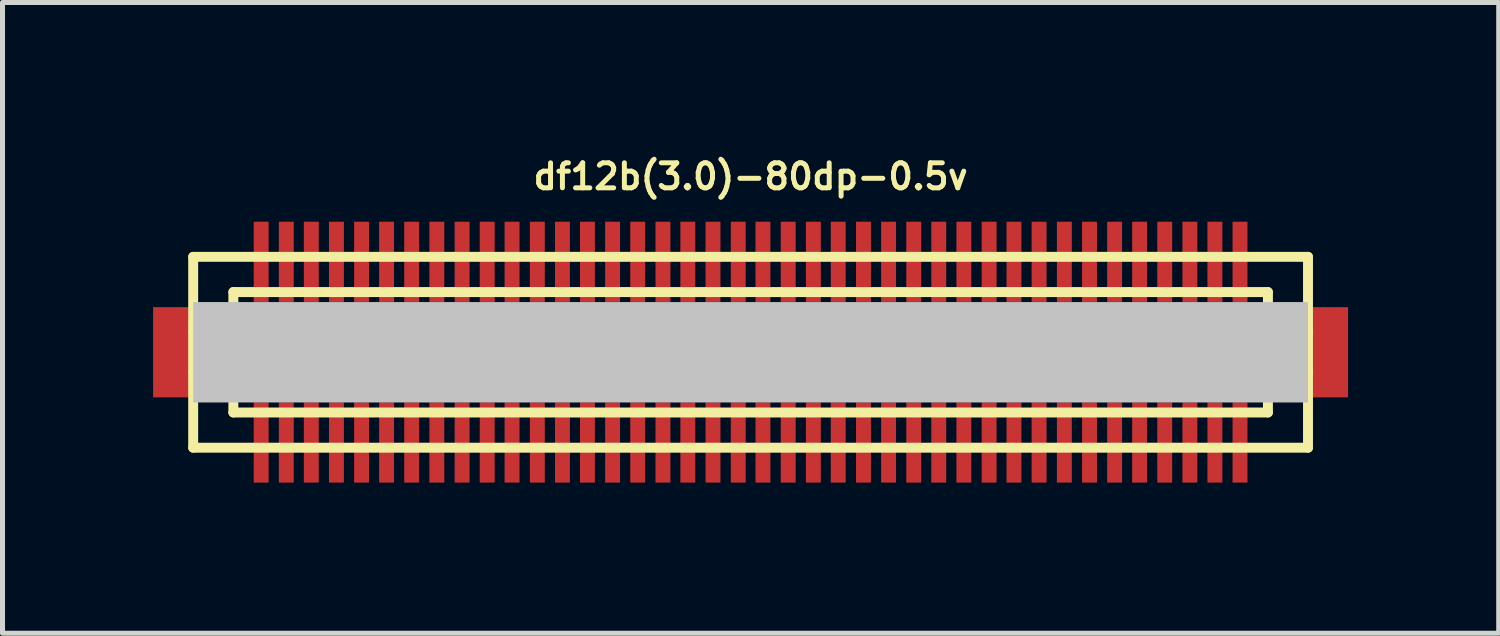
<source format=kicad_pcb>
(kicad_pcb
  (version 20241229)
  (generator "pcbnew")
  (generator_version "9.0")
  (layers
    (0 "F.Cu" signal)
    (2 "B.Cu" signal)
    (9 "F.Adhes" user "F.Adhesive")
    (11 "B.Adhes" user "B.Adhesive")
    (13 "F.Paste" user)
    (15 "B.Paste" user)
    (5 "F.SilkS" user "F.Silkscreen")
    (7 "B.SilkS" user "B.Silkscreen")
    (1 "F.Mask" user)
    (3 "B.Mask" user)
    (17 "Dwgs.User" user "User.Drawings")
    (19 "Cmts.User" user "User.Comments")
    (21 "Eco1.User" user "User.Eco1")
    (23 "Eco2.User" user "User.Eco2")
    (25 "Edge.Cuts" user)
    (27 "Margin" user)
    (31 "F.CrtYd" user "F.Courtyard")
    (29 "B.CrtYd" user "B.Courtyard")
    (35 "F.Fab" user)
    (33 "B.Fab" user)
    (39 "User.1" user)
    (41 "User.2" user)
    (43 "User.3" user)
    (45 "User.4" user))
  (footprint "df12b(3.0)-80dp-0.5v"
    (layer "F.Cu")
    (at 11.897 3.965)
    (property "Reference" "df12b(3.0)-80dp-0.5v" (at 0 -3.5 0) (layer "F.SilkS") (effects (font (size 0.498 0.498) (thickness 0.099))))
    (attr smd)
    (fp_line (start -11.1 -1.9) (end -11.1 1.9) (stroke (width 0.198) (type solid)) (layer "F.SilkS"))
    (fp_line (start -11.1 -1.9) (end 11.1 -1.9) (stroke (width 0.198) (type solid)) (layer "F.SilkS"))
    (fp_line (start -10.3 -0.399) (end -11.1 -0.399) (stroke (width 0.198) (type solid)) (layer "F.SilkS"))
    (fp_line (start -10.3 0.399) (end -11.1 0.399) (stroke (width 0.198) (type solid)) (layer "F.SilkS"))
    (fp_line (start -10.3 1.199) (end -10.3 -1.199) (stroke (width 0.198) (type solid)) (layer "F.SilkS"))
    (fp_line (start -10.3 1.199) (end 10.3 1.199) (stroke (width 0.198) (type solid)) (layer "F.SilkS"))
    (fp_line (start 10.3 -1.199) (end -10.3 -1.199) (stroke (width 0.198) (type solid)) (layer "F.SilkS"))
    (fp_line (start 10.302 -1.199) (end 10.302 1.199) (stroke (width 0.198) (type solid)) (layer "F.SilkS"))
    (fp_line (start 10.302 -0.399) (end 11.102 -0.399) (stroke (width 0.198) (type solid)) (layer "F.SilkS"))
    (fp_line (start 11.1 1.9) (end -11.1 1.9) (stroke (width 0.198) (type solid)) (layer "F.SilkS"))
    (fp_line (start 11.1 1.9) (end 11.1 -1.9) (stroke (width 0.198) (type solid)) (layer "F.SilkS"))
    (fp_line (start 11.102 0.399) (end 10.302 0.399) (stroke (width 0.198) (type solid)) (layer "F.SilkS"))
    (pad "" smd rect (at -11.499 0) (size 0.798 1.796) (layers "F.Cu" "F.Mask" "F.Paste"))
    (pad "" smd rect (at 0 0) (size 22.2 1.999) (layers "Dwgs.User"))
    (pad "" smd rect (at 11.499 0) (size 0.798 1.796) (layers "F.Cu" "F.Mask" "F.Paste"))
    (pad "1" smd rect (at 9.746 1.796) (size 0.297 1.598) (layers "F.Cu" "F.Mask" "F.Paste"))
    (pad "2" smd rect (at 9.246 1.796) (size 0.297 1.598) (layers "F.Cu" "F.Mask" "F.Paste"))
    (pad "3" smd rect (at 8.748 1.796) (size 0.297 1.598) (layers "F.Cu" "F.Mask" "F.Paste"))
    (pad "4" smd rect (at 8.247 1.796) (size 0.297 1.598) (layers "F.Cu" "F.Mask" "F.Paste"))
    (pad "5" smd rect (at 7.747 1.796) (size 0.297 1.598) (layers "F.Cu" "F.Mask" "F.Paste"))
    (pad "6" smd rect (at 7.249 1.796) (size 0.297 1.598) (layers "F.Cu" "F.Mask" "F.Paste"))
    (pad "7" smd rect (at 6.749 1.796) (size 0.297 1.598) (layers "F.Cu" "F.Mask" "F.Paste"))
    (pad "8" smd rect (at 6.248 1.796) (size 0.297 1.598) (layers "F.Cu" "F.Mask" "F.Paste"))
    (pad "9" smd rect (at 5.745 1.796) (size 0.297 1.598) (layers "F.Cu" "F.Mask" "F.Paste"))
    (pad "10" smd rect (at 5.245 1.796) (size 0.297 1.598) (layers "F.Cu" "F.Mask" "F.Paste"))
    (pad "11" smd rect (at 4.75 1.796) (size 0.297 1.598) (layers "F.Cu" "F.Mask" "F.Paste"))
    (pad "12" smd rect (at 4.247 1.796) (size 0.297 1.598) (layers "F.Cu" "F.Mask" "F.Paste"))
    (pad "13" smd rect (at 3.747 1.796) (size 0.297 1.598) (layers "F.Cu" "F.Mask" "F.Paste"))
    (pad "14" smd rect (at 3.249 1.796) (size 0.297 1.598) (layers "F.Cu" "F.Mask" "F.Paste"))
    (pad "15" smd rect (at 2.748 1.796) (size 0.297 1.598) (layers "F.Cu" "F.Mask" "F.Paste"))
    (pad "16" smd rect (at 2.248 1.796) (size 0.297 1.598) (layers "F.Cu" "F.Mask" "F.Paste"))
    (pad "17" smd rect (at 1.745 1.796) (size 0.297 1.598) (layers "F.Cu" "F.Mask" "F.Paste"))
    (pad "18" smd rect (at 1.25 1.796) (size 0.297 1.598) (layers "F.Cu" "F.Mask" "F.Paste"))
    (pad "19" smd rect (at 0.749 1.796) (size 0.297 1.598) (layers "F.Cu" "F.Mask" "F.Paste"))
    (pad "20" smd rect (at 0.246 1.796) (size 0.297 1.598) (layers "F.Cu" "F.Mask" "F.Paste"))
    (pad "21" smd rect (at -0.246 1.796) (size 0.297 1.598) (layers "F.Cu" "F.Mask" "F.Paste"))
    (pad "22" smd rect (at -0.749 1.796) (size 0.297 1.598) (layers "F.Cu" "F.Mask" "F.Paste"))
    (pad "23" smd rect (at -1.25 1.796) (size 0.297 1.598) (layers "F.Cu" "F.Mask" "F.Paste"))
    (pad "24" smd rect (at -1.745 1.796) (size 0.297 1.598) (layers "F.Cu" "F.Mask" "F.Paste"))
    (pad "25" smd rect (at -2.248 1.796) (size 0.297 1.598) (layers "F.Cu" "F.Mask" "F.Paste"))
    (pad "26" smd rect (at -2.748 1.796) (size 0.297 1.598) (layers "F.Cu" "F.Mask" "F.Paste"))
    (pad "27" smd rect (at -3.249 1.796) (size 0.297 1.598) (layers "F.Cu" "F.Mask" "F.Paste"))
    (pad "28" smd rect (at -3.747 1.796) (size 0.297 1.598) (layers "F.Cu" "F.Mask" "F.Paste"))
    (pad "29" smd rect (at -4.247 1.796) (size 0.297 1.598) (layers "F.Cu" "F.Mask" "F.Paste"))
    (pad "30" smd rect (at -4.75 1.796) (size 0.297 1.598) (layers "F.Cu" "F.Mask" "F.Paste"))
    (pad "31" smd rect (at -5.245 1.796) (size 0.297 1.598) (layers "F.Cu" "F.Mask" "F.Paste"))
    (pad "32" smd rect (at -5.745 1.796) (size 0.297 1.598) (layers "F.Cu" "F.Mask" "F.Paste"))
    (pad "33" smd rect (at -6.248 1.796) (size 0.297 1.598) (layers "F.Cu" "F.Mask" "F.Paste"))
    (pad "34" smd rect (at -6.749 1.796) (size 0.297 1.598) (layers "F.Cu" "F.Mask" "F.Paste"))
    (pad "35" smd rect (at -7.249 1.796) (size 0.297 1.598) (layers "F.Cu" "F.Mask" "F.Paste"))
    (pad "36" smd rect (at -7.747 1.796) (size 0.297 1.598) (layers "F.Cu" "F.Mask" "F.Paste"))
    (pad "37" smd rect (at -8.247 1.796) (size 0.297 1.598) (layers "F.Cu" "F.Mask" "F.Paste"))
    (pad "38" smd rect (at -8.748 1.796) (size 0.297 1.598) (layers "F.Cu" "F.Mask" "F.Paste"))
    (pad "39" smd rect (at -9.246 1.796) (size 0.297 1.598) (layers "F.Cu" "F.Mask" "F.Paste"))
    (pad "40" smd rect (at -9.746 1.796) (size 0.297 1.598) (layers "F.Cu" "F.Mask" "F.Paste"))
    (pad "41" smd rect (at -9.746 -1.801) (size 0.297 1.598) (layers "F.Cu" "F.Mask" "F.Paste"))
    (pad "42" smd rect (at -9.246 -1.801) (size 0.297 1.598) (layers "F.Cu" "F.Mask" "F.Paste"))
    (pad "43" smd rect (at -8.748 -1.801) (size 0.297 1.598) (layers "F.Cu" "F.Mask" "F.Paste"))
    (pad "44" smd rect (at -8.247 -1.801) (size 0.297 1.598) (layers "F.Cu" "F.Mask" "F.Paste"))
    (pad "45" smd rect (at -7.747 -1.801) (size 0.297 1.598) (layers "F.Cu" "F.Mask" "F.Paste"))
    (pad "46" smd rect (at -7.249 -1.801) (size 0.297 1.598) (layers "F.Cu" "F.Mask" "F.Paste"))
    (pad "47" smd rect (at -6.749 -1.801) (size 0.297 1.598) (layers "F.Cu" "F.Mask" "F.Paste"))
    (pad "48" smd rect (at -6.248 -1.801) (size 0.297 1.598) (layers "F.Cu" "F.Mask" "F.Paste"))
    (pad "49" smd rect (at -5.745 -1.801) (size 0.297 1.598) (layers "F.Cu" "F.Mask" "F.Paste"))
    (pad "50" smd rect (at -5.245 -1.801) (size 0.297 1.598) (layers "F.Cu" "F.Mask" "F.Paste"))
    (pad "51" smd rect (at -4.75 -1.801) (size 0.297 1.598) (layers "F.Cu" "F.Mask" "F.Paste"))
    (pad "52" smd rect (at -4.247 -1.801) (size 0.297 1.598) (layers "F.Cu" "F.Mask" "F.Paste"))
    (pad "53" smd rect (at -3.747 -1.801) (size 0.297 1.598) (layers "F.Cu" "F.Mask" "F.Paste"))
    (pad "54" smd rect (at -3.249 -1.801) (size 0.297 1.598) (layers "F.Cu" "F.Mask" "F.Paste"))
    (pad "55" smd rect (at -2.748 -1.801) (size 0.297 1.598) (layers "F.Cu" "F.Mask" "F.Paste"))
    (pad "56" smd rect (at -2.248 -1.801) (size 0.297 1.598) (layers "F.Cu" "F.Mask" "F.Paste"))
    (pad "57" smd rect (at -1.745 -1.801) (size 0.297 1.598) (layers "F.Cu" "F.Mask" "F.Paste"))
    (pad "58" smd rect (at -1.25 -1.801) (size 0.297 1.598) (layers "F.Cu" "F.Mask" "F.Paste"))
    (pad "59" smd rect (at -0.749 -1.801) (size 0.297 1.598) (layers "F.Cu" "F.Mask" "F.Paste"))
    (pad "60" smd rect (at -0.246 -1.801) (size 0.297 1.598) (layers "F.Cu" "F.Mask" "F.Paste"))
    (pad "61" smd rect (at 0.246 -1.801) (size 0.297 1.598) (layers "F.Cu" "F.Mask" "F.Paste"))
    (pad "62" smd rect (at 0.749 -1.801) (size 0.297 1.598) (layers "F.Cu" "F.Mask" "F.Paste"))
    (pad "63" smd rect (at 1.25 -1.801) (size 0.297 1.598) (layers "F.Cu" "F.Mask" "F.Paste"))
    (pad "64" smd rect (at 1.745 -1.801) (size 0.297 1.598) (layers "F.Cu" "F.Mask" "F.Paste"))
    (pad "65" smd rect (at 2.248 -1.801) (size 0.297 1.598) (layers "F.Cu" "F.Mask" "F.Paste"))
    (pad "66" smd rect (at 2.748 -1.801) (size 0.297 1.598) (layers "F.Cu" "F.Mask" "F.Paste"))
    (pad "67" smd rect (at 3.249 -1.801) (size 0.297 1.598) (layers "F.Cu" "F.Mask" "F.Paste"))
    (pad "68" smd rect (at 3.747 -1.801) (size 0.297 1.598) (layers "F.Cu" "F.Mask" "F.Paste"))
    (pad "69" smd rect (at 4.247 -1.801) (size 0.297 1.598) (layers "F.Cu" "F.Mask" "F.Paste"))
    (pad "70" smd rect (at 4.75 -1.801) (size 0.297 1.598) (layers "F.Cu" "F.Mask" "F.Paste"))
    (pad "71" smd rect (at 5.245 -1.801) (size 0.297 1.598) (layers "F.Cu" "F.Mask" "F.Paste"))
    (pad "72" smd rect (at 5.745 -1.801) (size 0.297 1.598) (layers "F.Cu" "F.Mask" "F.Paste"))
    (pad "73" smd rect (at 6.248 -1.801) (size 0.297 1.598) (layers "F.Cu" "F.Mask" "F.Paste"))
    (pad "74" smd rect (at 6.749 -1.801) (size 0.297 1.598) (layers "F.Cu" "F.Mask" "F.Paste"))
    (pad "75" smd rect (at 7.249 -1.801) (size 0.297 1.598) (layers "F.Cu" "F.Mask" "F.Paste"))
    (pad "76" smd rect (at 7.747 -1.801) (size 0.297 1.598) (layers "F.Cu" "F.Mask" "F.Paste"))
    (pad "77" smd rect (at 8.247 -1.801) (size 0.297 1.598) (layers "F.Cu" "F.Mask" "F.Paste"))
    (pad "78" smd rect (at 8.748 -1.801) (size 0.297 1.598) (layers "F.Cu" "F.Mask" "F.Paste"))
    (pad "79" smd rect (at 9.246 -1.801) (size 0.297 1.598) (layers "F.Cu" "F.Mask" "F.Paste"))
    (pad "80" smd rect (at 9.746 -1.801) (size 0.297 1.598) (layers "F.Cu" "F.Mask" "F.Paste")))
  (gr_rect
    (start -3 -3)
    (end 26.795 9.56)
    (stroke (width 0.1) (type default))
    (fill no)
    (layer "Edge.Cuts")))
</source>
